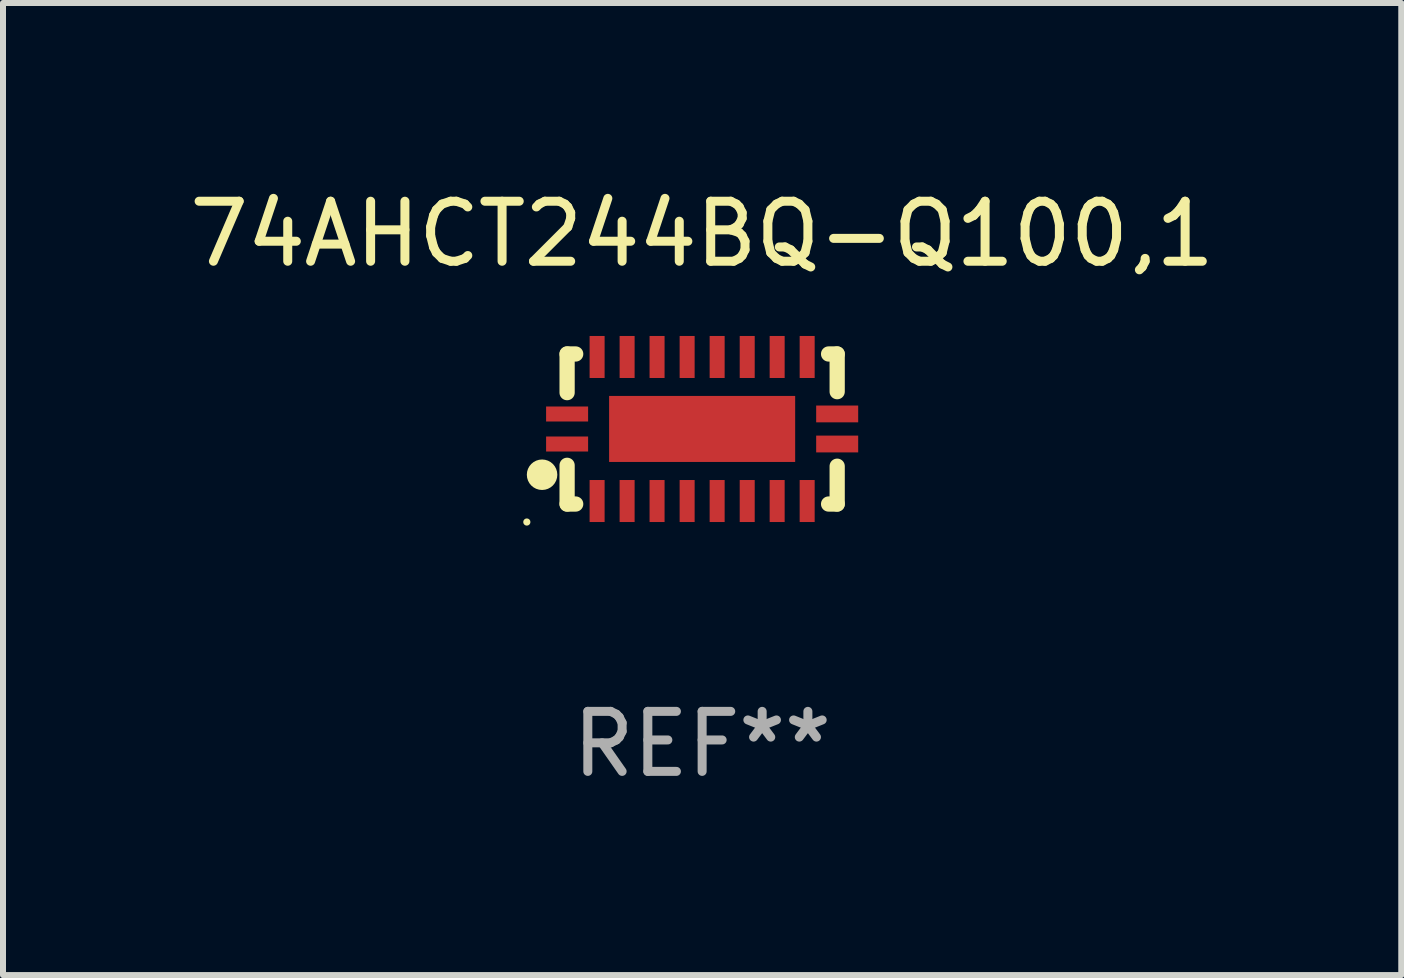
<source format=kicad_pcb>
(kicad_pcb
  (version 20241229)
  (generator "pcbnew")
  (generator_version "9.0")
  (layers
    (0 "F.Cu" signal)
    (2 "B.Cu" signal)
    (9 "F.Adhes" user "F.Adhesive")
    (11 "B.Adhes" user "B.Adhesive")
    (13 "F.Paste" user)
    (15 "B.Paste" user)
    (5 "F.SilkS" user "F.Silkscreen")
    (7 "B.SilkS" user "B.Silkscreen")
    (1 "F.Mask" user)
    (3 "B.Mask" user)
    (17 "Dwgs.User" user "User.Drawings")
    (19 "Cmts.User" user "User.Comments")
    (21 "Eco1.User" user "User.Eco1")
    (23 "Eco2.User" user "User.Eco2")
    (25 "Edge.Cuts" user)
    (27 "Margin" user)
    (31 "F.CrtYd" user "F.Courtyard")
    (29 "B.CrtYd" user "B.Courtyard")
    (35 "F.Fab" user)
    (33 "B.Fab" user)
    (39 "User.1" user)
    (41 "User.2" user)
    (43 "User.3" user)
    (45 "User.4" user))
  (footprint "74AHCT244BQ-Q100,1"
    (layer "F.Cu")
    (at 8.649 4.098)
    (property "Reference" "74AHCT244BQ-Q100,1" (at 0 -3.25 0) (layer "F.SilkS") (effects (font (size 1 1) (thickness 0.15))))
    (attr through_hole)
    (fp_line (start -2.25 0.605) (end -2.25 1.25) (stroke (width 0.254) (type solid)) (layer "F.SilkS"))
    (fp_line (start -2.25 1.25) (end -2.107 1.25) (stroke (width 0.254) (type solid)) (layer "F.SilkS"))
    (fp_line (start -2.25 -1.25) (end -2.25 -0.606) (stroke (width 0.254) (type solid)) (layer "F.SilkS"))
    (fp_line (start -2.25 -1.25) (end -2.107 -1.25) (stroke (width 0.254) (type solid)) (layer "F.SilkS"))
    (fp_line (start 2.107 -1.25) (end 2.25 -1.25) (stroke (width 0.254) (type solid)) (layer "F.SilkS"))
    (fp_line (start 2.107 1.25) (end 2.25 1.25) (stroke (width 0.254) (type solid)) (layer "F.SilkS"))
    (fp_line (start 2.25 -1.25) (end 2.25 -0.622) (stroke (width 0.254) (type solid)) (layer "F.SilkS"))
    (fp_line (start 2.25 0.62) (end 2.25 1.25) (stroke (width 0.254) (type solid)) (layer "F.SilkS"))
    (fp_circle (center -2.921 1.55) (end -2.891 1.55) (stroke (width 0.06) (type solid)) (fill no) (layer "F.SilkS"))
    (fp_circle (center -2.667 0.762) (end -2.54 0.762) (stroke (width 0.254) (type solid)) (fill no) (layer "F.SilkS"))
    (fp_text user "REF**" (at 0 5.25 0) (layer "F.Fab") (effects (font (size 1 1) (thickness 0.15))))
    (pad "1" smd rect (at -2.25 0.25 180) (size 0.7 0.25) (layers "F.Cu" "F.Mask" "F.Paste"))
    (pad "2" smd rect (at -1.75 1.2 90) (size 0.7 0.25) (layers "F.Cu" "F.Mask" "F.Paste"))
    (pad "3" smd rect (at -1.25 1.2 90) (size 0.7 0.25) (layers "F.Cu" "F.Mask" "F.Paste"))
    (pad "4" smd rect (at -0.751 1.2 90) (size 0.7 0.25) (layers "F.Cu" "F.Mask" "F.Paste"))
    (pad "5" smd rect (at -0.25 1.2 90) (size 0.7 0.25) (layers "F.Cu" "F.Mask" "F.Paste"))
    (pad "6" smd rect (at 0.25 1.2 90) (size 0.7 0.25) (layers "F.Cu" "F.Mask" "F.Paste"))
    (pad "7" smd rect (at 0.751 1.2 90) (size 0.7 0.25) (layers "F.Cu" "F.Mask" "F.Paste"))
    (pad "8" smd rect (at 1.25 1.2 90) (size 0.7 0.25) (layers "F.Cu" "F.Mask" "F.Paste"))
    (pad "9" smd rect (at 1.75 1.2 90) (size 0.7 0.25) (layers "F.Cu" "F.Mask" "F.Paste"))
    (pad "10" smd rect (at 2.25 0.25 180) (size 0.7 0.28) (layers "F.Cu" "F.Mask" "F.Paste"))
    (pad "11" smd rect (at 2.25 -0.251 180) (size 0.7 0.28) (layers "F.Cu" "F.Mask" "F.Paste"))
    (pad "12" smd rect (at 1.75 -1.2 90) (size 0.7 0.25) (layers "F.Cu" "F.Mask" "F.Paste"))
    (pad "13" smd rect (at 1.25 -1.2 90) (size 0.7 0.25) (layers "F.Cu" "F.Mask" "F.Paste"))
    (pad "14" smd rect (at 0.751 -1.2 90) (size 0.7 0.25) (layers "F.Cu" "F.Mask" "F.Paste"))
    (pad "15" smd rect (at 0.25 -1.2 90) (size 0.7 0.25) (layers "F.Cu" "F.Mask" "F.Paste"))
    (pad "16" smd rect (at -0.25 -1.2 90) (size 0.7 0.25) (layers "F.Cu" "F.Mask" "F.Paste"))
    (pad "17" smd rect (at -0.751 -1.2 90) (size 0.7 0.25) (layers "F.Cu" "F.Mask" "F.Paste"))
    (pad "18" smd rect (at -1.25 -1.2 90) (size 0.7 0.25) (layers "F.Cu" "F.Mask" "F.Paste"))
    (pad "19" smd rect (at -1.75 -1.2 90) (size 0.7 0.25) (layers "F.Cu" "F.Mask" "F.Paste"))
    (pad "20" smd rect (at -2.25 -0.25 180) (size 0.7 0.25) (layers "F.Cu" "F.Mask" "F.Paste"))
    (pad "21" smd rect (at 0 -0.001 180) (size 3.1 1.1) (layers "F.Cu" "F.Mask" "F.Paste")))
  (gr_rect
    (start -3 -3)
    (end 20.298 13.197)
    (stroke (width 0.1) (type default))
    (fill no)
    (layer "Edge.Cuts")))
</source>
